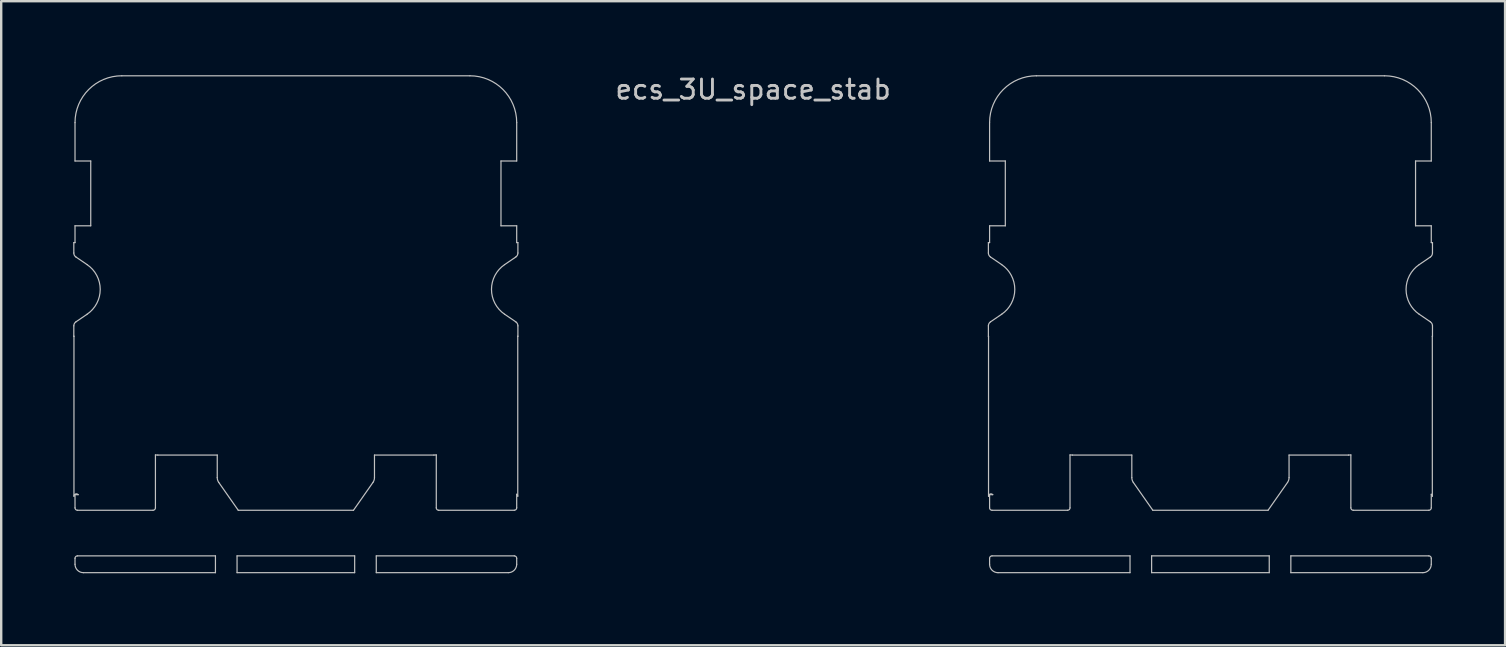
<source format=kicad_pcb>
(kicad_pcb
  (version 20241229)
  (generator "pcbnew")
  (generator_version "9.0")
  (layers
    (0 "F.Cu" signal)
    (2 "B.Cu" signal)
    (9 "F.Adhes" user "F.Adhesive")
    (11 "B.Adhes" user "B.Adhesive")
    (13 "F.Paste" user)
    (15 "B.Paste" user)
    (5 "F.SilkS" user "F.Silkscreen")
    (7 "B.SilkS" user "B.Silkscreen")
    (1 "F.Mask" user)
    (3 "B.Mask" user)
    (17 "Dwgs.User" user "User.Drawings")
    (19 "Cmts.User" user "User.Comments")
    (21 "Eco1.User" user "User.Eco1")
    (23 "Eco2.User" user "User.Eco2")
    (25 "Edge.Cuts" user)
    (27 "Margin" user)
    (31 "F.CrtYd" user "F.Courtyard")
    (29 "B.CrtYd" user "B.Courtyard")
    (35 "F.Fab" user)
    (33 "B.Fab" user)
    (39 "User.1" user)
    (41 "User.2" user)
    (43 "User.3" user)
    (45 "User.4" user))
  (footprint "ecs_3U_space_stab"
    (layer "F.Cu")
    (at 28.325 9.007)
    (property "Reference" "ecs_3U_space_stab" (at 0 -8.329 0) (layer "Dwgs.User") (effects (font (size 0.8 0.8) (thickness 0.12))))
    (attr smd)
    (fp_line (start -28.3 -1.95) (end -28.25 -1.95) (stroke (width 0.05) (type solid)) (layer "Dwgs.User"))
    (fp_line (start -28.3 -1.516) (end -28.3 -1.95) (stroke (width 0.05) (type solid)) (layer "Dwgs.User"))
    (fp_line (start -28.3 1.95) (end -28.3 1.516) (stroke (width 0.05) (type solid)) (layer "Dwgs.User"))
    (fp_line (start -28.294 1.95) (end -28.3 1.95) (stroke (width 0.05) (type solid)) (layer "Dwgs.User"))
    (fp_line (start -28.294 8.616) (end -28.294 1.95) (stroke (width 0.05) (type solid)) (layer "Dwgs.User"))
    (fp_line (start -28.25 -5.35) (end -28.25 -6.95) (stroke (width 0.05) (type solid)) (layer "Dwgs.User"))
    (fp_line (start -28.25 -2.65) (end -27.595 -2.65) (stroke (width 0.05) (type solid)) (layer "Dwgs.User"))
    (fp_line (start -28.25 -1.95) (end -28.25 -2.65) (stroke (width 0.05) (type solid)) (layer "Dwgs.User"))
    (fp_line (start -28.25 8.55) (end -28.119 8.55) (stroke (width 0.05) (type solid)) (layer "Dwgs.User"))
    (fp_line (start -28.25 9.1) (end -28.25 8.55) (stroke (width 0.05) (type solid)) (layer "Dwgs.User"))
    (fp_line (start -28.25 11.45) (end -28.25 11.2) (stroke (width 0.05) (type solid)) (layer "Dwgs.User"))
    (fp_line (start -28.213 1.351) (end -27.746 1.033) (stroke (width 0.05) (type solid)) (layer "Dwgs.User"))
    (fp_line (start -28.15 11.1) (end -22.4 11.1) (stroke (width 0.05) (type solid)) (layer "Dwgs.User"))
    (fp_line (start -27.746 -1.033) (end -28.213 -1.351) (stroke (width 0.05) (type solid)) (layer "Dwgs.User"))
    (fp_line (start -27.595 -5.35) (end -28.25 -5.35) (stroke (width 0.05) (type solid)) (layer "Dwgs.User"))
    (fp_line (start -27.595 -2.65) (end -27.595 -5.35) (stroke (width 0.05) (type solid)) (layer "Dwgs.User"))
    (fp_line (start -26.3 -8.9) (end -11.8 -8.9) (stroke (width 0.05) (type solid)) (layer "Dwgs.User"))
    (fp_line (start -25 9.2) (end -28.15 9.2) (stroke (width 0.05) (type solid)) (layer "Dwgs.User"))
    (fp_line (start -24.9 6.895) (end -24.9 9.1) (stroke (width 0.05) (type solid)) (layer "Dwgs.User"))
    (fp_line (start -22.4 11.1) (end -22.4 11.8) (stroke (width 0.05) (type solid)) (layer "Dwgs.User"))
    (fp_line (start -22.4 11.8) (end -27.9 11.8) (stroke (width 0.05) (type solid)) (layer "Dwgs.User"))
    (fp_line (start -22.325 6.9) (end -24.8 6.9) (stroke (width 0.05) (type solid)) (layer "Dwgs.User"))
    (fp_line (start -22.325 7.84) (end -22.325 6.9) (stroke (width 0.05) (type solid)) (layer "Dwgs.User"))
    (fp_line (start -21.5 11.1) (end -16.6 11.1) (stroke (width 0.05) (type solid)) (layer "Dwgs.User"))
    (fp_line (start -21.5 11.8) (end -21.5 11.1) (stroke (width 0.05) (type solid)) (layer "Dwgs.User"))
    (fp_line (start -21.45 9.2) (end -22.262 8.041) (stroke (width 0.05) (type solid)) (layer "Dwgs.User"))
    (fp_line (start -16.65 9.2) (end -21.45 9.2) (stroke (width 0.05) (type solid)) (layer "Dwgs.User"))
    (fp_line (start -16.6 11.1) (end -16.6 11.8) (stroke (width 0.05) (type solid)) (layer "Dwgs.User"))
    (fp_line (start -16.6 11.8) (end -21.5 11.8) (stroke (width 0.05) (type solid)) (layer "Dwgs.User"))
    (fp_line (start -15.838 8.041) (end -16.65 9.2) (stroke (width 0.05) (type solid)) (layer "Dwgs.User"))
    (fp_line (start -15.775 6.9) (end -15.775 7.84) (stroke (width 0.05) (type solid)) (layer "Dwgs.User"))
    (fp_line (start -15.7 11.1) (end -9.95 11.1) (stroke (width 0.05) (type solid)) (layer "Dwgs.User"))
    (fp_line (start -15.7 11.8) (end -15.7 11.1) (stroke (width 0.05) (type solid)) (layer "Dwgs.User"))
    (fp_line (start -13.3 6.9) (end -15.775 6.9) (stroke (width 0.05) (type solid)) (layer "Dwgs.User"))
    (fp_line (start -13.2 9.1) (end -13.2 6.895) (stroke (width 0.05) (type solid)) (layer "Dwgs.User"))
    (fp_line (start -10.505 -5.35) (end -10.505 -2.65) (stroke (width 0.05) (type solid)) (layer "Dwgs.User"))
    (fp_line (start -10.505 -2.65) (end -9.85 -2.65) (stroke (width 0.05) (type solid)) (layer "Dwgs.User"))
    (fp_line (start -10.354 1.033) (end -9.887 1.351) (stroke (width 0.05) (type solid)) (layer "Dwgs.User"))
    (fp_line (start -10.2 11.8) (end -15.7 11.8) (stroke (width 0.05) (type solid)) (layer "Dwgs.User"))
    (fp_line (start -9.95 9.2) (end -13.1 9.2) (stroke (width 0.05) (type solid)) (layer "Dwgs.User"))
    (fp_line (start -9.887 -1.351) (end -10.354 -1.033) (stroke (width 0.05) (type solid)) (layer "Dwgs.User"))
    (fp_line (start -9.85 8.534) (end -9.85 9.1) (stroke (width 0.05) (type solid)) (layer "Dwgs.User"))
    (fp_line (start -9.85 -6.95) (end -9.85 -5.35) (stroke (width 0.05) (type solid)) (layer "Dwgs.User"))
    (fp_line (start -9.85 -5.35) (end -10.505 -5.35) (stroke (width 0.05) (type solid)) (layer "Dwgs.User"))
    (fp_line (start -9.85 -2.65) (end -9.85 -1.95) (stroke (width 0.05) (type solid)) (layer "Dwgs.User"))
    (fp_line (start -9.85 -1.95) (end -9.8 -1.95) (stroke (width 0.05) (type solid)) (layer "Dwgs.User"))
    (fp_line (start -9.85 11.2) (end -9.85 11.45) (stroke (width 0.05) (type solid)) (layer "Dwgs.User"))
    (fp_line (start -9.806 1.95) (end -9.806 8.616) (stroke (width 0.05) (type solid)) (layer "Dwgs.User"))
    (fp_line (start -9.8 -1.95) (end -9.8 -1.516) (stroke (width 0.05) (type solid)) (layer "Dwgs.User"))
    (fp_line (start -9.8 1.516) (end -9.8 1.95) (stroke (width 0.05) (type solid)) (layer "Dwgs.User"))
    (fp_line (start -9.8 1.95) (end -9.806 1.95) (stroke (width 0.05) (type solid)) (layer "Dwgs.User"))
    (fp_line (start 9.8 -1.95) (end 9.85 -1.95) (stroke (width 0.05) (type solid)) (layer "Dwgs.User"))
    (fp_line (start 9.8 -1.516) (end 9.8 -1.95) (stroke (width 0.05) (type solid)) (layer "Dwgs.User"))
    (fp_line (start 9.8 1.95) (end 9.8 1.516) (stroke (width 0.05) (type solid)) (layer "Dwgs.User"))
    (fp_line (start 9.806 1.95) (end 9.8 1.95) (stroke (width 0.05) (type solid)) (layer "Dwgs.User"))
    (fp_line (start 9.806 8.616) (end 9.806 1.95) (stroke (width 0.05) (type solid)) (layer "Dwgs.User"))
    (fp_line (start 9.85 -5.35) (end 9.85 -6.95) (stroke (width 0.05) (type solid)) (layer "Dwgs.User"))
    (fp_line (start 9.85 -2.65) (end 10.505 -2.65) (stroke (width 0.05) (type solid)) (layer "Dwgs.User"))
    (fp_line (start 9.85 -1.95) (end 9.85 -2.65) (stroke (width 0.05) (type solid)) (layer "Dwgs.User"))
    (fp_line (start 9.85 8.55) (end 9.981 8.55) (stroke (width 0.05) (type solid)) (layer "Dwgs.User"))
    (fp_line (start 9.85 9.1) (end 9.85 8.55) (stroke (width 0.05) (type solid)) (layer "Dwgs.User"))
    (fp_line (start 9.85 11.45) (end 9.85 11.2) (stroke (width 0.05) (type solid)) (layer "Dwgs.User"))
    (fp_line (start 9.887 1.351) (end 10.354 1.033) (stroke (width 0.05) (type solid)) (layer "Dwgs.User"))
    (fp_line (start 9.95 11.1) (end 15.7 11.1) (stroke (width 0.05) (type solid)) (layer "Dwgs.User"))
    (fp_line (start 10.354 -1.033) (end 9.887 -1.351) (stroke (width 0.05) (type solid)) (layer "Dwgs.User"))
    (fp_line (start 10.505 -5.35) (end 9.85 -5.35) (stroke (width 0.05) (type solid)) (layer "Dwgs.User"))
    (fp_line (start 10.505 -2.65) (end 10.505 -5.35) (stroke (width 0.05) (type solid)) (layer "Dwgs.User"))
    (fp_line (start 11.8 -8.9) (end 26.3 -8.9) (stroke (width 0.05) (type solid)) (layer "Dwgs.User"))
    (fp_line (start 13.1 9.2) (end 9.95 9.2) (stroke (width 0.05) (type solid)) (layer "Dwgs.User"))
    (fp_line (start 13.2 6.895) (end 13.2 9.1) (stroke (width 0.05) (type solid)) (layer "Dwgs.User"))
    (fp_line (start 15.7 11.1) (end 15.7 11.8) (stroke (width 0.05) (type solid)) (layer "Dwgs.User"))
    (fp_line (start 15.7 11.8) (end 10.2 11.8) (stroke (width 0.05) (type solid)) (layer "Dwgs.User"))
    (fp_line (start 15.775 6.9) (end 13.3 6.9) (stroke (width 0.05) (type solid)) (layer "Dwgs.User"))
    (fp_line (start 15.775 7.84) (end 15.775 6.9) (stroke (width 0.05) (type solid)) (layer "Dwgs.User"))
    (fp_line (start 16.6 11.1) (end 21.5 11.1) (stroke (width 0.05) (type solid)) (layer "Dwgs.User"))
    (fp_line (start 16.6 11.8) (end 16.6 11.1) (stroke (width 0.05) (type solid)) (layer "Dwgs.User"))
    (fp_line (start 16.65 9.2) (end 15.838 8.041) (stroke (width 0.05) (type solid)) (layer "Dwgs.User"))
    (fp_line (start 21.45 9.2) (end 16.65 9.2) (stroke (width 0.05) (type solid)) (layer "Dwgs.User"))
    (fp_line (start 21.5 11.1) (end 21.5 11.8) (stroke (width 0.05) (type solid)) (layer "Dwgs.User"))
    (fp_line (start 21.5 11.8) (end 16.6 11.8) (stroke (width 0.05) (type solid)) (layer "Dwgs.User"))
    (fp_line (start 22.262 8.041) (end 21.45 9.2) (stroke (width 0.05) (type solid)) (layer "Dwgs.User"))
    (fp_line (start 22.325 6.9) (end 22.325 7.84) (stroke (width 0.05) (type solid)) (layer "Dwgs.User"))
    (fp_line (start 22.4 11.1) (end 28.15 11.1) (stroke (width 0.05) (type solid)) (layer "Dwgs.User"))
    (fp_line (start 22.4 11.8) (end 22.4 11.1) (stroke (width 0.05) (type solid)) (layer "Dwgs.User"))
    (fp_line (start 24.8 6.9) (end 22.325 6.9) (stroke (width 0.05) (type solid)) (layer "Dwgs.User"))
    (fp_line (start 24.9 9.1) (end 24.9 6.895) (stroke (width 0.05) (type solid)) (layer "Dwgs.User"))
    (fp_line (start 27.595 -5.35) (end 27.595 -2.65) (stroke (width 0.05) (type solid)) (layer "Dwgs.User"))
    (fp_line (start 27.595 -2.65) (end 28.25 -2.65) (stroke (width 0.05) (type solid)) (layer "Dwgs.User"))
    (fp_line (start 27.746 1.033) (end 28.213 1.351) (stroke (width 0.05) (type solid)) (layer "Dwgs.User"))
    (fp_line (start 27.9 11.8) (end 22.4 11.8) (stroke (width 0.05) (type solid)) (layer "Dwgs.User"))
    (fp_line (start 28.15 9.2) (end 25 9.2) (stroke (width 0.05) (type solid)) (layer "Dwgs.User"))
    (fp_line (start 28.213 -1.351) (end 27.746 -1.033) (stroke (width 0.05) (type solid)) (layer "Dwgs.User"))
    (fp_line (start 28.25 8.534) (end 28.25 9.1) (stroke (width 0.05) (type solid)) (layer "Dwgs.User"))
    (fp_line (start 28.25 -6.95) (end 28.25 -5.35) (stroke (width 0.05) (type solid)) (layer "Dwgs.User"))
    (fp_line (start 28.25 -5.35) (end 27.595 -5.35) (stroke (width 0.05) (type solid)) (layer "Dwgs.User"))
    (fp_line (start 28.25 -2.65) (end 28.25 -1.95) (stroke (width 0.05) (type solid)) (layer "Dwgs.User"))
    (fp_line (start 28.25 -1.95) (end 28.3 -1.95) (stroke (width 0.05) (type solid)) (layer "Dwgs.User"))
    (fp_line (start 28.25 11.2) (end 28.25 11.45) (stroke (width 0.05) (type solid)) (layer "Dwgs.User"))
    (fp_line (start 28.294 1.95) (end 28.294 8.616) (stroke (width 0.05) (type solid)) (layer "Dwgs.User"))
    (fp_line (start 28.3 -1.95) (end 28.3 -1.516) (stroke (width 0.05) (type solid)) (layer "Dwgs.User"))
    (fp_line (start 28.3 1.516) (end 28.3 1.95) (stroke (width 0.05) (type solid)) (layer "Dwgs.User"))
    (fp_line (start 28.3 1.95) (end 28.294 1.95) (stroke (width 0.05) (type solid)) (layer "Dwgs.User"))
    (fp_arc (start -28.300003 1.516225) (mid -28.276822 1.422766) (end -28.212652 1.350973) (stroke (width 0.05) (type solid)) (layer "Dwgs.User"))
    (fp_arc (start -28.29375 8.616395) (mid -28.22927 8.52292) (end -28.118988 8.55) (stroke (width 0.05) (type solid)) (layer "Dwgs.User"))
    (fp_arc (start -28.25 -6.95) (mid -27.678858 -8.328858) (end -26.3 -8.9) (stroke (width 0.05) (type solid)) (layer "Dwgs.User"))
    (fp_arc (start -28.25 11.199994) (mid -28.220712 11.129286) (end -28.150003 11.1) (stroke (width 0.05) (type solid)) (layer "Dwgs.User"))
    (fp_arc (start -28.212652 -1.350973) (mid -28.276822 -1.422766) (end -28.300003 -1.516225) (stroke (width 0.05) (type solid)) (layer "Dwgs.User"))
    (fp_arc (start -28.150003 9.2) (mid -28.220712 9.170714) (end -28.25 9.100006) (stroke (width 0.05) (type solid)) (layer "Dwgs.User"))
    (fp_arc (start -27.900023 11.8) (mid -28.147497 11.697497) (end -28.25 11.450023) (stroke (width 0.05) (type solid)) (layer "Dwgs.User"))
    (fp_arc (start -27.745979 -1.032887) (mid -27.2 0) (end -27.745979 1.032887) (stroke (width 0.05) (type solid)) (layer "Dwgs.User"))
    (fp_arc (start -24.9 9.099996) (mid -24.929288 9.170709) (end -25 9.2) (stroke (width 0.05) (type solid)) (layer "Dwgs.User"))
    (fp_arc (start -24.8 6.9) (mid -24.850063 6.898746) (end -24.9 6.894987) (stroke (width 0.05) (type solid)) (layer "Dwgs.User"))
    (fp_arc (start -22.261703 8.040768) (mid -22.308801 7.945263) (end -22.325 7.840016) (stroke (width 0.05) (type solid)) (layer "Dwgs.User"))
    (fp_arc (start -15.775 7.840016) (mid -15.791199 7.945263) (end -15.838297 8.040768) (stroke (width 0.05) (type solid)) (layer "Dwgs.User"))
    (fp_arc (start -13.2 6.894987) (mid -13.249937 6.898746) (end -13.3 6.9) (stroke (width 0.05) (type solid)) (layer "Dwgs.User"))
    (fp_arc (start -13.1 9.2) (mid -13.170712 9.170709) (end -13.2 9.099996) (stroke (width 0.05) (type solid)) (layer "Dwgs.User"))
    (fp_arc (start -11.8 -8.9) (mid -10.421142 -8.328858) (end -9.85 -6.95) (stroke (width 0.05) (type solid)) (layer "Dwgs.User"))
    (fp_arc (start -10.354021 1.032887) (mid -10.9 0) (end -10.354021 -1.032887) (stroke (width 0.05) (type solid)) (layer "Dwgs.User"))
    (fp_arc (start -9.949997 11.1) (mid -9.879288 11.129286) (end -9.85 11.199994) (stroke (width 0.05) (type solid)) (layer "Dwgs.User"))
    (fp_arc (start -9.887348 1.350973) (mid -9.823178 1.422766) (end -9.799997 1.516225) (stroke (width 0.05) (type solid)) (layer "Dwgs.User"))
    (fp_arc (start -9.850001 8.533718) (mid -9.817862 8.569625) (end -9.80625 8.616395) (stroke (width 0.05) (type solid)) (layer "Dwgs.User"))
    (fp_arc (start -9.85 9.100006) (mid -9.879288 9.170714) (end -9.949997 9.2) (stroke (width 0.05) (type solid)) (layer "Dwgs.User"))
    (fp_arc (start -9.85 11.450023) (mid -9.952503 11.697497) (end -10.199977 11.8) (stroke (width 0.05) (type solid)) (layer "Dwgs.User"))
    (fp_arc (start -9.799997 -1.516225) (mid -9.823178 -1.422766) (end -9.887348 -1.350973) (stroke (width 0.05) (type solid)) (layer "Dwgs.User"))
    (fp_arc (start 9.799997 1.516225) (mid 9.823168 1.422757) (end 9.887348 1.350973) (stroke (width 0.05) (type solid)) (layer "Dwgs.User"))
    (fp_arc (start 9.80625 8.616395) (mid 9.870717 8.52296) (end 9.981012 8.55) (stroke (width 0.05) (type solid)) (layer "Dwgs.User"))
    (fp_arc (start 9.85 -6.95) (mid 10.421142 -8.328858) (end 11.8 -8.9) (stroke (width 0.05) (type solid)) (layer "Dwgs.User"))
    (fp_arc (start 9.85 11.199994) (mid 9.87929 11.129288) (end 9.949997 11.1) (stroke (width 0.05) (type solid)) (layer "Dwgs.User"))
    (fp_arc (start 9.887348 -1.350973) (mid 9.823192 -1.422769) (end 9.799997 -1.516225) (stroke (width 0.05) (type solid)) (layer "Dwgs.User"))
    (fp_arc (start 9.949997 9.2) (mid 9.87929 9.170712) (end 9.85 9.100006) (stroke (width 0.05) (type solid)) (layer "Dwgs.User"))
    (fp_arc (start 10.199977 11.8) (mid 9.952513 11.697487) (end 9.85 11.450023) (stroke (width 0.05) (type solid)) (layer "Dwgs.User"))
    (fp_arc (start 10.354021 -1.032887) (mid 10.9 0) (end 10.354021 1.032887) (stroke (width 0.05) (type solid)) (layer "Dwgs.User"))
    (fp_arc (start 13.2 9.099996) (mid 13.170712 9.170709) (end 13.1 9.2) (stroke (width 0.05) (type solid)) (layer "Dwgs.User"))
    (fp_arc (start 13.3 6.9) (mid 13.249937 6.898746) (end 13.2 6.894987) (stroke (width 0.05) (type solid)) (layer "Dwgs.User"))
    (fp_arc (start 15.838297 8.040768) (mid 15.791195 7.945264) (end 15.775 7.840016) (stroke (width 0.05) (type solid)) (layer "Dwgs.User"))
    (fp_arc (start 22.325 7.840016) (mid 22.308797 7.945261) (end 22.261703 8.040768) (stroke (width 0.05) (type solid)) (layer "Dwgs.User"))
    (fp_arc (start 24.9 6.894987) (mid 24.850063 6.898746) (end 24.8 6.9) (stroke (width 0.05) (type solid)) (layer "Dwgs.User"))
    (fp_arc (start 25 9.2) (mid 24.929288 9.170709) (end 24.9 9.099996) (stroke (width 0.05) (type solid)) (layer "Dwgs.User"))
    (fp_arc (start 26.3 -8.9) (mid 27.678858 -8.328858) (end 28.25 -6.95) (stroke (width 0.05) (type solid)) (layer "Dwgs.User"))
    (fp_arc (start 27.745979 1.032887) (mid 27.2 0) (end 27.745979 -1.032887) (stroke (width 0.05) (type solid)) (layer "Dwgs.User"))
    (fp_arc (start 28.150003 11.1) (mid 28.22071 11.129288) (end 28.25 11.199994) (stroke (width 0.05) (type solid)) (layer "Dwgs.User"))
    (fp_arc (start 28.212652 1.350973) (mid 28.276808 1.422769) (end 28.300003 1.516225) (stroke (width 0.05) (type solid)) (layer "Dwgs.User"))
    (fp_arc (start 28.249999 8.533718) (mid 28.282153 8.56962) (end 28.29375 8.616395) (stroke (width 0.05) (type solid)) (layer "Dwgs.User"))
    (fp_arc (start 28.25 9.100006) (mid 28.22071 9.170712) (end 28.150003 9.2) (stroke (width 0.05) (type solid)) (layer "Dwgs.User"))
    (fp_arc (start 28.25 11.450023) (mid 28.147487 11.697487) (end 27.900023 11.8) (stroke (width 0.05) (type solid)) (layer "Dwgs.User"))
    (fp_arc (start 28.300003 -1.516225) (mid 28.276832 -1.422757) (end 28.212652 -1.350973) (stroke (width 0.05) (type solid)) (layer "Dwgs.User")))
  (gr_rect
    (start -3 -3)
    (end 59.65 23.832)
    (stroke (width 0.1) (type default))
    (fill no)
    (layer "Edge.Cuts")))
</source>
